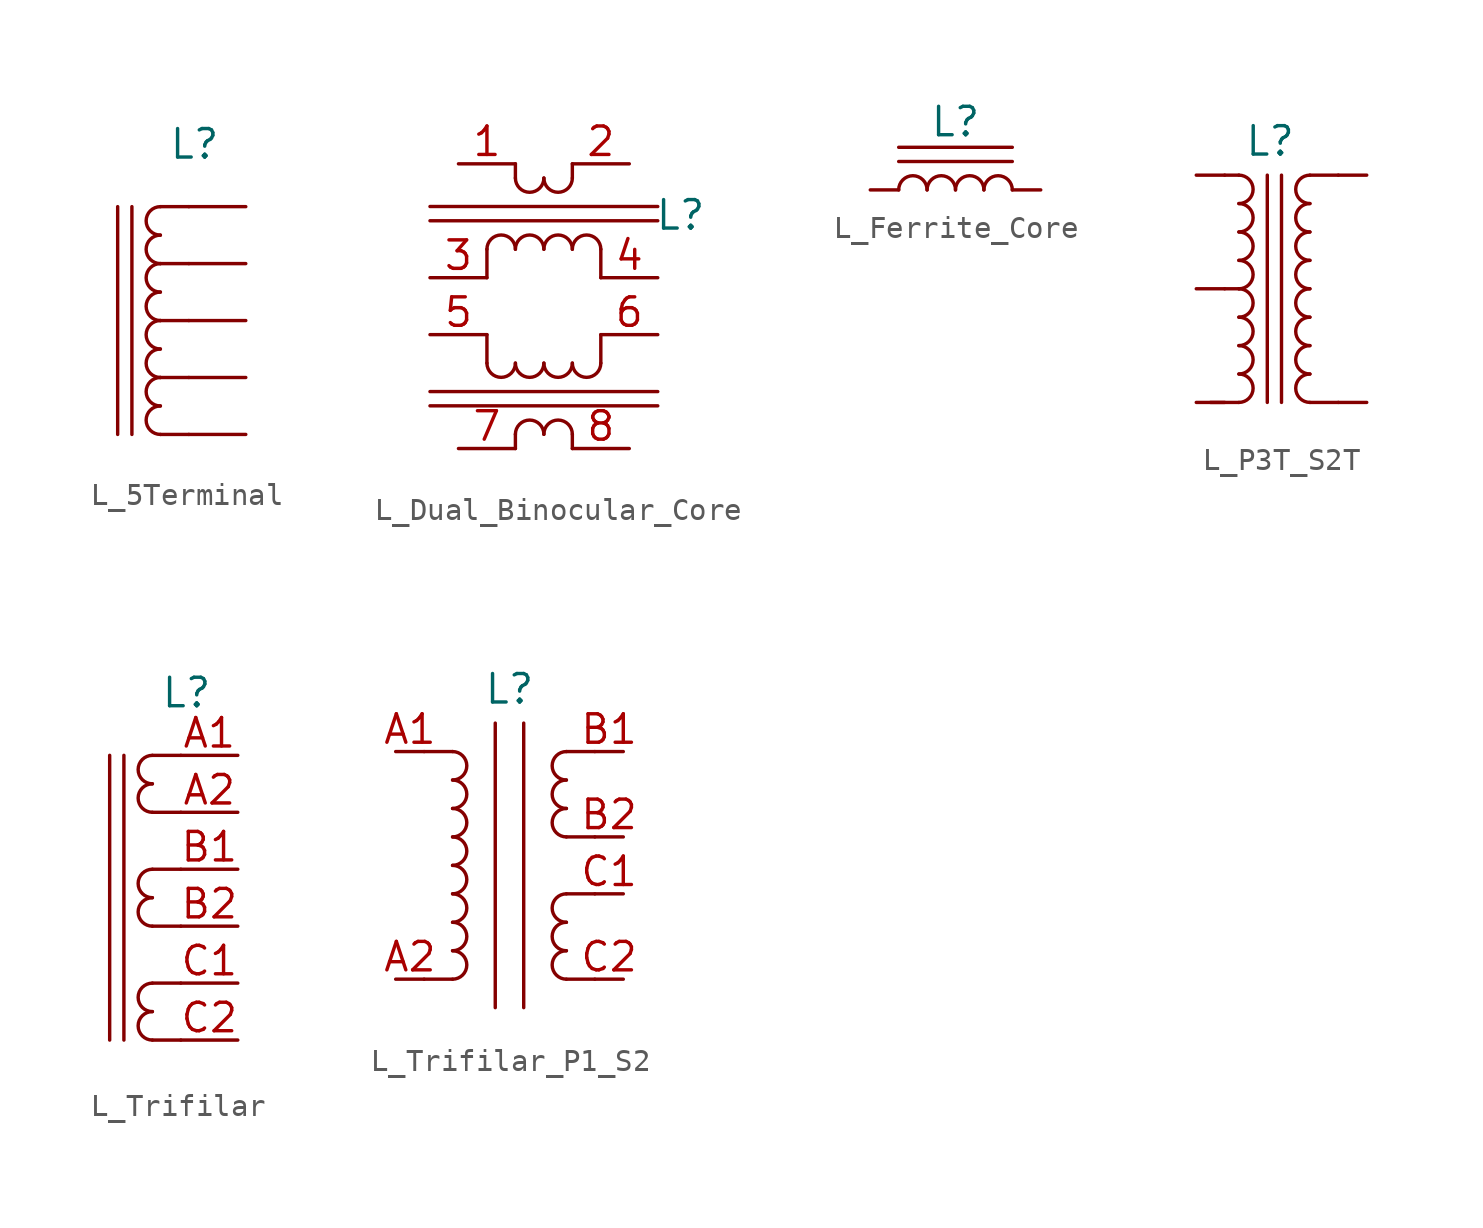
<source format=kicad_sym>
(kicad_symbol_lib
  (version 20231120)
  (generator "kicad_symbol_editor")
  (generator_version "8.0")
  (symbol "L_5Terminal"
    (property "Reference" "L"
      (at 0.254 7.874 0)
      (effects (font (size 1.27 1.27))))
    (property "Value" ""
      (at 0 3.81 0)
      (effects (font (size 1.27 1.27))))
    (symbol "L_5Terminal_0_1"
      (arc (start -1.2701 -3.81) (mid -1.905 -4.445) (end -1.2701 -5.08) (stroke (width 0) (type default)) (fill (type none)))
      (arc (start -1.27 -2.54) (mid -1.905 -3.175) (end -1.27 -3.81) (stroke (width 0) (type default)) (fill (type none)))
      (arc (start -1.2701 -1.27) (mid -1.905 -1.905) (end -1.2701 -2.54) (stroke (width 0) (type default)) (fill (type none)))
      (arc (start -1.2701 0) (mid -1.905 -0.635) (end -1.2701 -1.27) (stroke (width 0) (type default)) (fill (type none)))
      (arc (start -1.2701 1.27) (mid -1.905 0.635) (end -1.2701 0) (stroke (width 0) (type default)) (fill (type none)))
      (arc (start -1.27 2.54) (mid -1.905 1.905) (end -1.27 1.27) (stroke (width 0) (type default)) (fill (type none)))
      (arc (start -1.2701 3.81) (mid -1.905 3.175) (end -1.2701 2.54) (stroke (width 0) (type default)) (fill (type none)))
      (arc (start -1.27 5.08) (mid -1.905 4.445) (end -1.27 3.81) (stroke (width 0) (type default)) (fill (type none)))
      (polyline (pts (xy -3.175 -5.08) (xy -3.175 5.08)) (stroke (width 0) (type default)) (fill (type none)))
      (polyline (pts (xy -2.54 5.08) (xy -2.54 -5.08)) (stroke (width 0) (type default)) (fill (type none)))
      (polyline (pts (xy -1.27 0) (xy 0 0)) (stroke (width 0) (type default)) (fill (type none)))
      (polyline (pts (xy -1.27 5.08) (xy 0 5.08)) (stroke (width 0) (type default)) (fill (type none)))
      (polyline (pts (xy 0 -5.08) (xy -1.27 -5.08)) (stroke (width 0) (type default)) (fill (type none)))
      (polyline (pts (xy 0 -2.54) (xy -1.27 -2.54)) (stroke (width 0) (type default)) (fill (type none)))
      (polyline (pts (xy 0 2.54) (xy -1.27 2.54)) (stroke (width 0) (type default)) (fill (type none))))
    (symbol "L_5Terminal_1_1"
      (pin passive line (at 2.54 5.08 180) (length 2.54) (name "" (effects (font (size 1.27 1.27)))) (number "1" (effects (font (size 0 0)))))
      (pin passive line (at 2.54 2.54 180) (length 2.54) (name "" (effects (font (size 1.27 1.27)))) (number "2" (effects (font (size 0 0)))))
      (pin passive line (at 2.54 0 180) (length 2.54) (name "" (effects (font (size 1.27 1.27)))) (number "3" (effects (font (size 0 0)))))
      (pin passive line (at 2.54 -2.54 180) (length 2.54) (name "" (effects (font (size 1.27 1.27)))) (number "4" (effects (font (size 0 0)))))
      (pin passive line (at 2.54 -5.08 180) (length 2.54) (name "" (effects (font (size 1.27 1.27)))) (number "5" (effects (font (size 0 0)))))))
  (symbol "L_Dual_Binocular_Core"
    (property "Reference" "L"
      (at 6.096 4.064 0)
      (effects (font (size 1.27 1.27))))
    (property "Value" ""
      (at -2.54 6.35 0)
      (effects (font (size 1.27 1.27))))
    (symbol "L_Dual_Binocular_Core_0_1"
      (arc (start -2.54 -2.54) (mid -1.905 -3.175) (end -1.27 -2.54) (stroke (width 0) (type default)) (fill (type none)))
      (arc (start -1.27 -2.5401) (mid -0.635 -3.175) (end 0 -2.5401) (stroke (width 0) (type default)) (fill (type none)))
      (arc (start -1.27 2.5401) (mid -1.905 3.175) (end -2.54 2.5401) (stroke (width 0) (type default)) (fill (type none)))
      (arc (start -1.27 5.7149) (mid -0.635 5.08) (end 0 5.7149) (stroke (width 0) (type default)) (fill (type none)))
      (arc (start 0 -5.715) (mid -0.635 -5.08) (end -1.27 -5.715) (stroke (width 0) (type default)) (fill (type none)))
      (arc (start 0 -2.5401) (mid 0.635 -3.175) (end 1.27 -2.5401) (stroke (width 0) (type default)) (fill (type none)))
      (polyline (pts (xy -5.08 -3.81) (xy 5.08 -3.81)) (stroke (width 0) (type default)) (fill (type none)))
      (polyline (pts (xy -5.08 4.445) (xy 5.08 4.445)) (stroke (width 0) (type default)) (fill (type none)))
      (polyline (pts (xy -2.54 -2.54) (xy -2.54 -1.27)) (stroke (width 0) (type default)) (fill (type none)))
      (polyline (pts (xy -2.54 2.54) (xy -2.54 1.27)) (stroke (width 0) (type default)) (fill (type none)))
      (polyline (pts (xy -1.27 -6.35) (xy -1.27 -5.715)) (stroke (width 0) (type default)) (fill (type none)))
      (polyline (pts (xy -1.27 5.715) (xy -1.27 6.35)) (stroke (width 0) (type default)) (fill (type none)))
      (polyline (pts (xy 1.27 -5.715) (xy 1.27 -6.35)) (stroke (width 0) (type default)) (fill (type none)))
      (polyline (pts (xy 1.27 6.35) (xy 1.27 5.715)) (stroke (width 0) (type default)) (fill (type none)))
      (polyline (pts (xy 2.54 -2.54) (xy 2.54 -1.27)) (stroke (width 0) (type default)) (fill (type none)))
      (polyline (pts (xy 2.54 2.54) (xy 2.54 1.27)) (stroke (width 0) (type default)) (fill (type none)))
      (polyline (pts (xy 5.08 -4.445) (xy -5.08 -4.445)) (stroke (width 0) (type default)) (fill (type none)))
      (polyline (pts (xy 5.08 3.81) (xy -5.08 3.81)) (stroke (width 0) (type default)) (fill (type none)))
      (arc (start 0 2.5401) (mid -0.635 3.175) (end -1.27 2.5401) (stroke (width 0) (type default)) (fill (type none)))
      (arc (start 0 5.715) (mid 0.635 5.08) (end 1.27 5.715) (stroke (width 0) (type default)) (fill (type none)))
      (arc (start 1.27 -5.7149) (mid 0.635 -5.08) (end 0 -5.7149) (stroke (width 0) (type default)) (fill (type none)))
      (arc (start 1.27 -2.5401) (mid 1.905 -3.175) (end 2.54 -2.5401) (stroke (width 0) (type default)) (fill (type none)))
      (arc (start 1.27 2.5401) (mid 0.635 3.175) (end 0 2.5401) (stroke (width 0) (type default)) (fill (type none)))
      (arc (start 2.54 2.54) (mid 1.905 3.175) (end 1.27 2.54) (stroke (width 0) (type default)) (fill (type none))))
    (symbol "L_Dual_Binocular_Core_1_1"
      (pin passive line (at -3.81 6.35 0) (length 2.54) (name "" (effects (font (size 1.27 1.27)))) (number "1" (effects (font (size 1.27 1.27)))))
      (pin passive line (at 3.81 6.35 180) (length 2.54) (name "" (effects (font (size 1.27 1.27)))) (number "2" (effects (font (size 1.27 1.27)))))
      (pin passive line (at -5.08 1.27 0) (length 2.54) (name "" (effects (font (size 1.27 1.27)))) (number "3" (effects (font (size 1.27 1.27)))))
      (pin passive line (at 5.08 1.27 180) (length 2.54) (name "" (effects (font (size 1.27 1.27)))) (number "4" (effects (font (size 1.27 1.27)))))
      (pin passive line (at -5.08 -1.27 0) (length 2.54) (name "" (effects (font (size 1.27 1.27)))) (number "5" (effects (font (size 1.27 1.27)))))
      (pin passive line (at 5.08 -1.27 180) (length 2.54) (name "" (effects (font (size 1.27 1.27)))) (number "6" (effects (font (size 1.27 1.27)))))
      (pin passive line (at -3.81 -6.35 0) (length 2.54) (name "" (effects (font (size 1.27 1.27)))) (number "7" (effects (font (size 1.27 1.27)))))
      (pin passive line (at 3.81 -6.35 180) (length 2.54) (name "" (effects (font (size 1.27 1.27)))) (number "8" (effects (font (size 1.27 1.27)))))))
  (symbol "L_Ferrite_Core"
    (property "Reference" "L"
      (at 0 3.048 0)
      (effects (font (size 1.27 1.27))))
    (property "Value" ""
      (at -2.54 1.27 90)
      (effects (font (size 1.27 1.27))))
    (symbol "L_Ferrite_Core_0_1"
      (arc (start -1.27 0.0001) (mid -1.905 0.635) (end -2.54 0.0001) (stroke (width 0) (type default)) (fill (type none)))
      (arc (start 0 0) (mid -0.635 0.635) (end -1.27 0) (stroke (width 0) (type default)) (fill (type none)))
      (polyline (pts (xy -2.54 1.905) (xy 2.54 1.905)) (stroke (width 0) (type default)) (fill (type none)))
      (polyline (pts (xy 2.54 1.27) (xy -2.54 1.27)) (stroke (width 0) (type default)) (fill (type none)))
      (arc (start 1.27 0.0001) (mid 0.635 0.635) (end 0 0.0001) (stroke (width 0) (type default)) (fill (type none)))
      (arc (start 2.54 0) (mid 1.905 0.635) (end 1.27 0) (stroke (width 0) (type default)) (fill (type none))))
    (symbol "L_Ferrite_Core_1_1"
      (pin passive line (at -3.81 0 0) (length 1.27) (name "" (effects (font (size 1.27 1.27)))) (number "1" (effects (font (size 0 0)))))
      (pin passive line (at 3.81 0 180) (length 1.27) (name "" (effects (font (size 1.27 1.27)))) (number "2" (effects (font (size 0 0)))))))
  (symbol "L_P3T_S2T"
    (property "Reference" "L"
      (at 0.762 5.334 0)
      (effects (font (size 1.27 1.27))))
    (property "Value" ""
      (at 2.54 0 0)
      (effects (font (size 1.27 1.27))))
    (symbol "L_P3T_S2T_0_1"
      (arc (start -0.635 -6.35) (mid 0 -5.715) (end -0.635 -5.08) (stroke (width 0) (type default)) (fill (type none)))
      (arc (start -0.6349 -5.08) (mid 0 -4.445) (end -0.6349 -3.81) (stroke (width 0) (type default)) (fill (type none)))
      (arc (start -0.635 -3.81) (mid 0 -3.175) (end -0.635 -2.54) (stroke (width 0) (type default)) (fill (type none)))
      (arc (start -0.6349 -2.54) (mid 0 -1.905) (end -0.6349 -1.27) (stroke (width 0) (type default)) (fill (type none)))
      (arc (start -0.635 -1.27) (mid 0 -0.635) (end -0.635 0) (stroke (width 0) (type default)) (fill (type none)))
      (arc (start -0.6349 0) (mid 0 0.635) (end -0.6349 1.27) (stroke (width 0) (type default)) (fill (type none)))
      (arc (start -0.635 1.27) (mid 0 1.905) (end -0.635 2.54) (stroke (width 0) (type default)) (fill (type none)))
      (arc (start -0.6349 2.54) (mid 0 3.175) (end -0.6349 3.81) (stroke (width 0) (type default)) (fill (type none)))
      (polyline (pts (xy -1.27 3.81) (xy -0.635 3.81)) (stroke (width 0) (type default)) (fill (type none)))
      (polyline (pts (xy -0.635 -6.35) (xy -1.905 -6.35)) (stroke (width 0) (type default)) (fill (type none)))
      (polyline (pts (xy -0.635 -1.27) (xy -1.27 -1.27)) (stroke (width 0) (type default)) (fill (type none)))
      (polyline (pts (xy 0.635 -6.35) (xy 0.635 3.81)) (stroke (width 0) (type default)) (fill (type none)))
      (polyline (pts (xy 1.27 3.81) (xy 1.27 -6.35)) (stroke (width 0) (type default)) (fill (type none)))
      (polyline (pts (xy 2.54 3.81) (xy 3.81 3.81)) (stroke (width 0) (type default)) (fill (type none)))
      (polyline (pts (xy 3.81 -6.35) (xy 2.54 -6.35)) (stroke (width 0) (type default)) (fill (type none)))
      (arc (start 2.5399 -5.08) (mid 1.905 -5.715) (end 2.5399 -6.35) (stroke (width 0) (type default)) (fill (type none)))
      (arc (start 2.54 -3.81) (mid 1.905 -4.445) (end 2.54 -5.08) (stroke (width 0) (type default)) (fill (type none)))
      (arc (start 2.5399 -2.54) (mid 1.905 -3.175) (end 2.5399 -3.81) (stroke (width 0) (type default)) (fill (type none)))
      (arc (start 2.5399 -1.27) (mid 1.905 -1.905) (end 2.5399 -2.54) (stroke (width 0) (type default)) (fill (type none)))
      (arc (start 2.5399 0) (mid 1.905 -0.635) (end 2.5399 -1.27) (stroke (width 0) (type default)) (fill (type none)))
      (arc (start 2.54 1.27) (mid 1.905 0.635) (end 2.54 0) (stroke (width 0) (type default)) (fill (type none)))
      (arc (start 2.5399 2.54) (mid 1.905 1.905) (end 2.5399 1.27) (stroke (width 0) (type default)) (fill (type none)))
      (arc (start 2.54 3.81) (mid 1.905 3.175) (end 2.54 2.54) (stroke (width 0) (type default)) (fill (type none))))
    (symbol "L_P3T_S2T_1_1"
      (pin passive line (at -2.54 3.81 0) (length 1.27) (name "" (effects (font (size 1.27 1.27)))) (number "1" (effects (font (size 0 0)))))
      (pin passive line (at -2.54 -1.27 0) (length 1.27) (name "" (effects (font (size 1.27 1.27)))) (number "2" (effects (font (size 0 0)))))
      (pin passive line (at -2.54 -6.35 0) (length 1.27) (name "" (effects (font (size 1.27 1.27)))) (number "3" (effects (font (size 0 0)))))
      (pin passive line (at 5.08 3.81 180) (length 1.27) (name "" (effects (font (size 1.27 1.27)))) (number "4" (effects (font (size 0 0)))))
      (pin passive line (at 5.08 -6.35 180) (length 1.27) (name "" (effects (font (size 1.27 1.27)))) (number "5" (effects (font (size 0 0)))))))
  (symbol "L_Trifilar"
    (property "Reference" "L"
      (at 0.254 7.874 0)
      (effects (font (size 1.27 1.27))))
    (property "Value" ""
      (at 0 3.81 0)
      (effects (font (size 1.27 1.27))))
    (symbol "L_Trifilar_0_1"
      (arc (start -1.2701 -6.35) (mid -1.905 -6.985) (end -1.2701 -7.62) (stroke (width 0) (type default)) (fill (type none)))
      (arc (start -1.27 -5.08) (mid -1.905 -5.715) (end -1.27 -6.35) (stroke (width 0) (type default)) (fill (type none)))
      (arc (start -1.2701 -1.27) (mid -1.905 -1.905) (end -1.2701 -2.54) (stroke (width 0) (type default)) (fill (type none)))
      (arc (start -1.2701 0) (mid -1.905 -0.635) (end -1.2701 -1.27) (stroke (width 0) (type default)) (fill (type none)))
      (arc (start -1.2701 3.81) (mid -1.905 3.175) (end -1.2701 2.54) (stroke (width 0) (type default)) (fill (type none)))
      (arc (start -1.27 5.08) (mid -1.905 4.445) (end -1.27 3.81) (stroke (width 0) (type default)) (fill (type none)))
      (polyline (pts (xy -3.175 -7.62) (xy -3.175 5.08)) (stroke (width 0) (type default)) (fill (type none)))
      (polyline (pts (xy -2.54 5.08) (xy -2.54 -7.62)) (stroke (width 0) (type default)) (fill (type none)))
      (polyline (pts (xy -1.27 0) (xy 0 0)) (stroke (width 0) (type default)) (fill (type none)))
      (polyline (pts (xy -1.27 5.08) (xy 0 5.08)) (stroke (width 0) (type default)) (fill (type none)))
      (polyline (pts (xy 0 -7.62) (xy -1.27 -7.62)) (stroke (width 0) (type default)) (fill (type none)))
      (polyline (pts (xy 0 -5.08) (xy -1.27 -5.08)) (stroke (width 0) (type default)) (fill (type none)))
      (polyline (pts (xy 0 -2.54) (xy -1.27 -2.54)) (stroke (width 0) (type default)) (fill (type none)))
      (polyline (pts (xy 0 2.54) (xy -1.27 2.54)) (stroke (width 0) (type default)) (fill (type none))))
    (symbol "L_Trifilar_1_1"
      (pin passive line (at 2.54 5.08 180) (length 2.54) (name "" (effects (font (size 1.27 1.27)))) (number "A1" (effects (font (size 1.27 1.27)))))
      (pin passive line (at 2.54 2.54 180) (length 2.54) (name "" (effects (font (size 1.27 1.27)))) (number "A2" (effects (font (size 1.27 1.27)))))
      (pin passive line (at 2.54 0 180) (length 2.54) (name "" (effects (font (size 1.27 1.27)))) (number "B1" (effects (font (size 1.27 1.27)))))
      (pin passive line (at 2.54 -2.54 180) (length 2.54) (name "" (effects (font (size 1.27 1.27)))) (number "B2" (effects (font (size 1.27 1.27)))))
      (pin passive line (at 2.54 -5.08 180) (length 2.54) (name "" (effects (font (size 1.27 1.27)))) (number "C1" (effects (font (size 1.27 1.27)))))
      (pin passive line (at 2.54 -7.62 180) (length 2.54) (name "" (effects (font (size 1.27 1.27)))) (number "C2" (effects (font (size 1.27 1.27)))))))
  (symbol "L_Trifilar_P1_S2"
    (property "Reference" "L"
      (at 0 7.874 0)
      (effects (font (size 1.27 1.27))))
    (property "Value" ""
      (at -3.81 3.81 0)
      (effects (font (size 1.27 1.27))))
    (symbol "L_Trifilar_P1_S2_0_1"
      (arc (start -2.5399 -5.08) (mid -1.905 -4.445) (end -2.5399 -3.81) (stroke (width 0) (type default)) (fill (type none)))
      (arc (start -2.54 -3.81) (mid -1.905 -3.175) (end -2.54 -2.54) (stroke (width 0) (type default)) (fill (type none)))
      (arc (start -2.54 -2.54) (mid -1.905 -1.905) (end -2.54 -1.27) (stroke (width 0) (type default)) (fill (type none)))
      (arc (start -2.54 -1.27) (mid -1.905 -0.635) (end -2.54 0) (stroke (width 0) (type default)) (fill (type none)))
      (arc (start -2.54 0) (mid -1.905 0.635) (end -2.54 1.27) (stroke (width 0) (type default)) (fill (type none)))
      (arc (start -2.54 1.27) (mid -1.905 1.905) (end -2.54 2.54) (stroke (width 0) (type default)) (fill (type none)))
      (arc (start -2.54 2.54) (mid -1.905 3.175) (end -2.54 3.81) (stroke (width 0) (type default)) (fill (type none)))
      (arc (start -2.54 3.81) (mid -1.905 4.445) (end -2.54 5.08) (stroke (width 0) (type default)) (fill (type none)))
      (polyline (pts (xy -3.81 -5.08) (xy -2.54 -5.08)) (stroke (width 0) (type default)) (fill (type none)))
      (polyline (pts (xy -2.54 5.08) (xy -3.81 5.08)) (stroke (width 0) (type default)) (fill (type none)))
      (polyline (pts (xy -0.635 -6.35) (xy -0.635 6.35)) (stroke (width 0) (type default)) (fill (type none)))
      (polyline (pts (xy 0.635 6.35) (xy 0.635 -6.35)) (stroke (width 0) (type default)) (fill (type none)))
      (polyline (pts (xy 2.54 5.08) (xy 3.81 5.08)) (stroke (width 0) (type default)) (fill (type none)))
      (polyline (pts (xy 3.81 -5.08) (xy 2.54 -5.08)) (stroke (width 0) (type default)) (fill (type none)))
      (polyline (pts (xy 3.81 -1.27) (xy 2.54 -1.27)) (stroke (width 0) (type default)) (fill (type none)))
      (polyline (pts (xy 3.81 1.27) (xy 2.54 1.27)) (stroke (width 0) (type default)) (fill (type none)))
      (arc (start 2.5399 -3.81) (mid 1.905 -4.445) (end 2.5399 -5.08) (stroke (width 0) (type default)) (fill (type none)))
      (arc (start 2.54 -2.54) (mid 1.905 -3.175) (end 2.54 -3.81) (stroke (width 0) (type default)) (fill (type none)))
      (arc (start 2.54 -1.27) (mid 1.905 -1.905) (end 2.54 -2.54) (stroke (width 0) (type default)) (fill (type none)))
      (arc (start 2.5399 2.54) (mid 1.905 1.905) (end 2.5399 1.27) (stroke (width 0) (type default)) (fill (type none)))
      (arc (start 2.5399 3.81) (mid 1.905 3.175) (end 2.5399 2.54) (stroke (width 0) (type default)) (fill (type none)))
      (arc (start 2.5399 5.08) (mid 1.905 4.445) (end 2.5399 3.81) (stroke (width 0) (type default)) (fill (type none))))
    (symbol "L_Trifilar_P1_S2_1_1"
      (pin passive line (at -5.08 5.08 0) (length 1.27) (name "" (effects (font (size 1.27 1.27)))) (number "A1" (effects (font (size 1.27 1.27)))))
      (pin passive line (at -5.08 -5.08 0) (length 1.27) (name "" (effects (font (size 1.27 1.27)))) (number "A2" (effects (font (size 1.27 1.27)))))
      (pin passive line (at 5.08 5.08 180) (length 1.27) (name "" (effects (font (size 1.27 1.27)))) (number "B1" (effects (font (size 1.27 1.27)))))
      (pin passive line (at 5.08 1.27 180) (length 1.27) (name "" (effects (font (size 1.27 1.27)))) (number "B2" (effects (font (size 1.27 1.27)))))
      (pin passive line (at 5.08 -1.27 180) (length 1.27) (name "" (effects (font (size 1.27 1.27)))) (number "C1" (effects (font (size 1.27 1.27)))))
      (pin passive line (at 5.08 -5.08 180) (length 1.27) (name "" (effects (font (size 1.27 1.27)))) (number "C2" (effects (font (size 1.27 1.27))))))))
</source>
